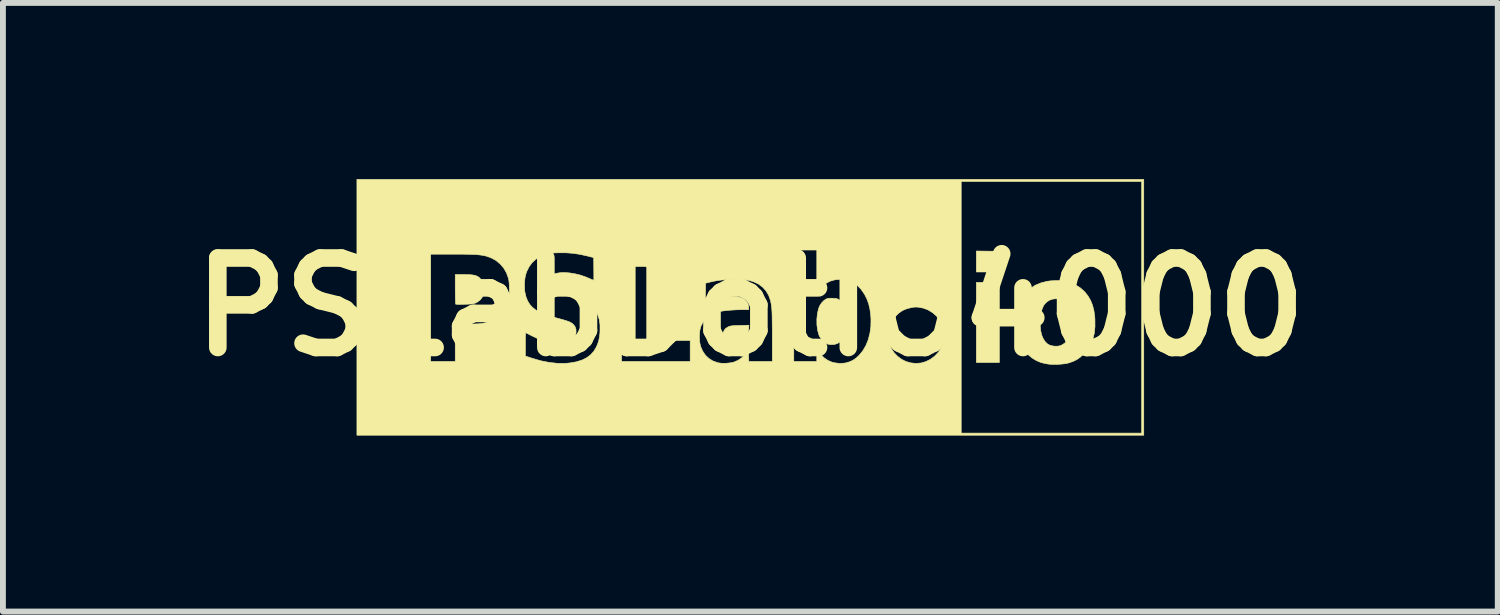
<source format=kicad_pcb>
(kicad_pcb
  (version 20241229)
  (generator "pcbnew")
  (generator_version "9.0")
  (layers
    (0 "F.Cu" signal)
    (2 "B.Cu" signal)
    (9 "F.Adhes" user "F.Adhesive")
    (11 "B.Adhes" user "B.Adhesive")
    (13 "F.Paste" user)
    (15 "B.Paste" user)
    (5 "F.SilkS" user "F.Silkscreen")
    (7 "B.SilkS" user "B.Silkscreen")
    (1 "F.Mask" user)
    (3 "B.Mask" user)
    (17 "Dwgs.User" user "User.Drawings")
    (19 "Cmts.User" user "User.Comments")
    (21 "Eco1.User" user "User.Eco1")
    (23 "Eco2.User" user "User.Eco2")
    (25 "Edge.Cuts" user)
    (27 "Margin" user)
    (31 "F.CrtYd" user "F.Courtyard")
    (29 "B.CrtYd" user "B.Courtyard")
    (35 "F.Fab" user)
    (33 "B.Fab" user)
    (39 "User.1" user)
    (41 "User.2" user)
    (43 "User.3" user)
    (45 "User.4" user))
  (footprint "PSLabDotIO4000"
    (layer "F.Cu")
    (at 9.732 2.18)
    (property "Reference" "PSLabDotIO4000" (at 0 0 0) (layer "F.SilkS") (effects (font (size 1.524 1.524) (thickness 0.3))))
    (attr through_hole)
    (fp_poly (pts (xy 4.242 0.945) (xy 3.85 0.945) (xy 3.85 -0.419) (xy 4.242 -0.419) (xy 4.242 0.945)) (stroke (width 0.01) (type solid)) (fill yes) (layer "F.SilkS"))
    (fp_poly (pts (xy 4.238 -0.949) (xy 4.24 -0.773) (xy 4.243 -0.597) (xy 3.85 -0.597) (xy 3.85 -0.954) (xy 4.238 -0.949)) (stroke (width 0.01) (type solid)) (fill yes) (layer "F.SilkS"))
    (fp_poly (pts (xy -0.029 0.385) (xy -0.041 0.462) (xy -0.066 0.529) (xy -0.105 0.585) (xy -0.156 0.629) (xy -0.181 0.643) (xy -0.217 0.656) (xy -0.261 0.664) (xy -0.306 0.666) (xy -0.346 0.662) (xy -0.361 0.658) (xy -0.41 0.632) (xy -0.444 0.596) (xy -0.455 0.576) (xy -0.469 0.53) (xy -0.471 0.48) (xy -0.462 0.433) (xy -0.443 0.392) (xy -0.416 0.361) (xy -0.413 0.36) (xy -0.39 0.345) (xy -0.369 0.334) (xy -0.346 0.326) (xy -0.317 0.321) (xy -0.281 0.317) (xy -0.232 0.315) (xy -0.179 0.314) (xy -0.024 0.31) (xy -0.029 0.385)) (stroke (width 0.01) (type solid)) (fill yes) (layer "F.SilkS"))
    (fp_poly (pts (xy -4.81 -0.552) (xy -4.754 -0.549) (xy -4.71 -0.543) (xy -4.675 -0.534) (xy -4.646 -0.521) (xy -4.621 -0.504) (xy -4.615 -0.5) (xy -4.581 -0.46) (xy -4.555 -0.408) (xy -4.541 -0.348) (xy -4.538 -0.283) (xy -4.545 -0.229) (xy -4.565 -0.17) (xy -4.6 -0.122) (xy -4.649 -0.085) (xy -4.663 -0.077) (xy -4.683 -0.068) (xy -4.701 -0.061) (xy -4.721 -0.056) (xy -4.745 -0.052) (xy -4.779 -0.05) (xy -4.824 -0.048) (xy -4.864 -0.047) (xy -4.914 -0.046) (xy -4.957 -0.046) (xy -4.992 -0.046) (xy -5.013 -0.048) (xy -5.02 -0.049) (xy -5.022 -0.06) (xy -5.023 -0.086) (xy -5.024 -0.125) (xy -5.026 -0.175) (xy -5.026 -0.233) (xy -5.027 -0.297) (xy -5.027 -0.305) (xy -5.027 -0.553) (xy -4.881 -0.553) (xy -4.81 -0.552)) (stroke (width 0.01) (type solid)) (fill yes) (layer "F.SilkS"))
    (fp_poly (pts (xy 1.396 -0.15) (xy 1.4 -0.149) (xy 1.44 -0.147) (xy 1.468 -0.144) (xy 1.489 -0.136) (xy 1.51 -0.125) (xy 1.514 -0.122) (xy 1.559 -0.081) (xy 1.595 -0.026) (xy 1.622 0.044) (xy 1.639 0.129) (xy 1.646 0.205) (xy 1.645 0.309) (xy 1.634 0.4) (xy 1.612 0.476) (xy 1.579 0.539) (xy 1.541 0.583) (xy 1.489 0.619) (xy 1.431 0.638) (xy 1.367 0.64) (xy 1.315 0.631) (xy 1.28 0.614) (xy 1.243 0.585) (xy 1.208 0.547) (xy 1.181 0.505) (xy 1.169 0.479) (xy 1.146 0.396) (xy 1.134 0.303) (xy 1.133 0.206) (xy 1.143 0.11) (xy 1.164 0.021) (xy 1.186 -0.029) (xy 1.218 -0.075) (xy 1.256 -0.113) (xy 1.283 -0.131) (xy 1.306 -0.142) (xy 1.329 -0.148) (xy 1.357 -0.15) (xy 1.396 -0.15)) (stroke (width 0.01) (type solid)) (fill yes) (layer "F.SilkS"))
    (fp_poly (pts (xy 5.342 -0.441) (xy 5.444 -0.416) (xy 5.538 -0.378) (xy 5.621 -0.326) (xy 5.694 -0.261) (xy 5.752 -0.188) (xy 5.797 -0.111) (xy 5.83 -0.028) (xy 5.853 0.062) (xy 5.867 0.164) (xy 5.87 0.211) (xy 5.871 0.335) (xy 5.859 0.448) (xy 5.834 0.549) (xy 5.796 0.641) (xy 5.745 0.725) (xy 5.679 0.8) (xy 5.678 0.802) (xy 5.622 0.853) (xy 5.567 0.892) (xy 5.509 0.922) (xy 5.44 0.947) (xy 5.418 0.954) (xy 5.368 0.965) (xy 5.305 0.972) (xy 5.236 0.977) (xy 5.167 0.978) (xy 5.102 0.975) (xy 5.048 0.968) (xy 5.048 0.968) (xy 4.993 0.956) (xy 4.948 0.944) (xy 4.906 0.927) (xy 4.86 0.905) (xy 4.853 0.901) (xy 4.8 0.868) (xy 4.745 0.823) (xy 4.693 0.771) (xy 4.649 0.717) (xy 4.623 0.677) (xy 4.583 0.587) (xy 4.553 0.486) (xy 4.535 0.378) (xy 4.529 0.265) (xy 4.53 0.254) (xy 4.937 0.254) (xy 4.939 0.334) (xy 4.947 0.409) (xy 4.963 0.477) (xy 4.983 0.527) (xy 5.017 0.584) (xy 5.057 0.625) (xy 5.104 0.652) (xy 5.161 0.665) (xy 5.205 0.668) (xy 5.247 0.666) (xy 5.282 0.658) (xy 5.31 0.645) (xy 5.359 0.613) (xy 5.398 0.569) (xy 5.428 0.513) (xy 5.449 0.443) (xy 5.461 0.36) (xy 5.464 0.272) (xy 5.461 0.178) (xy 5.451 0.098) (xy 5.432 0.031) (xy 5.406 -0.024) (xy 5.371 -0.07) (xy 5.324 -0.108) (xy 5.27 -0.132) (xy 5.213 -0.141) (xy 5.155 -0.136) (xy 5.099 -0.118) (xy 5.049 -0.086) (xy 5.007 -0.042) (xy 4.995 -0.023) (xy 4.971 0.031) (xy 4.953 0.099) (xy 4.942 0.174) (xy 4.937 0.254) (xy 4.53 0.254) (xy 4.535 0.153) (xy 4.553 0.043) (xy 4.558 0.024) (xy 4.592 -0.08) (xy 4.64 -0.172) (xy 4.699 -0.252) (xy 4.771 -0.318) (xy 4.854 -0.371) (xy 4.95 -0.411) (xy 5.056 -0.438) (xy 5.118 -0.446) (xy 5.233 -0.451) (xy 5.342 -0.441)) (stroke (width 0.01) (type solid)) (fill yes) (layer "F.SilkS"))
    (fp_poly (pts (xy 6.702 2.184) (xy -6.702 2.184) (xy -6.702 0.927) (xy -5.445 0.927) (xy -5.027 0.927) (xy -5.027 0.296) (xy -4.806 0.292) (xy -4.733 0.29) (xy -4.676 0.288) (xy -4.63 0.286) (xy -4.594 0.283) (xy -4.564 0.279) (xy -4.538 0.274) (xy -4.516 0.269) (xy -4.418 0.234) (xy -4.333 0.187) (xy -4.259 0.127) (xy -4.199 0.056) (xy -4.152 -0.027) (xy -4.12 -0.116) (xy -4.112 -0.16) (xy -4.106 -0.217) (xy -4.104 -0.281) (xy -4.105 -0.333) (xy -3.848 -0.333) (xy -3.842 -0.263) (xy -3.838 -0.243) (xy -3.82 -0.168) (xy -3.793 -0.102) (xy -3.757 -0.044) (xy -3.71 0.007) (xy -3.652 0.052) (xy -3.581 0.092) (xy -3.495 0.129) (xy -3.394 0.162) (xy -3.304 0.186) (xy -3.229 0.206) (xy -3.169 0.223) (xy -3.121 0.238) (xy -3.084 0.252) (xy -3.056 0.265) (xy -3.034 0.28) (xy -3.016 0.296) (xy -3.008 0.304) (xy -2.983 0.34) (xy -2.97 0.381) (xy -2.969 0.432) (xy -2.97 0.446) (xy -2.983 0.498) (xy -3.011 0.541) (xy -3.054 0.575) (xy -3.071 0.585) (xy -3.096 0.596) (xy -3.12 0.603) (xy -3.146 0.608) (xy -3.182 0.611) (xy -3.226 0.613) (xy -3.33 0.611) (xy -3.433 0.597) (xy -3.537 0.569) (xy -3.644 0.528) (xy -3.73 0.487) (xy -3.766 0.468) (xy -3.797 0.453) (xy -3.818 0.442) (xy -3.826 0.438) (xy -3.828 0.446) (xy -3.829 0.469) (xy -3.831 0.505) (xy -3.832 0.551) (xy -3.832 0.605) (xy -3.832 0.635) (xy -3.832 0.835) (xy -3.723 0.871) (xy -3.57 0.916) (xy -3.421 0.945) (xy -3.277 0.96) (xy -3.139 0.959) (xy -3.075 0.953) (xy -2.965 0.934) (xy -2.942 0.927) (xy -2.193 0.927) (xy -1.025 0.927) (xy -1.025 0.57) (xy -1.765 0.57) (xy -1.765 0.535) (xy -0.867 0.535) (xy -0.862 0.601) (xy -0.851 0.658) (xy -0.848 0.67) (xy -0.813 0.75) (xy -0.766 0.819) (xy -0.707 0.876) (xy -0.638 0.919) (xy -0.559 0.947) (xy -0.55 0.95) (xy -0.492 0.958) (xy -0.425 0.959) (xy -0.357 0.953) (xy -0.293 0.942) (xy -0.275 0.936) (xy -0.21 0.908) (xy -0.147 0.865) (xy -0.091 0.812) (xy -0.07 0.787) (xy -0.031 0.737) (xy -0.029 0.832) (xy -0.026 0.927) (xy 0.374 0.927) (xy 0.374 0.51) (xy 0.374 0.397) (xy 0.373 0.3) (xy 0.372 0.217) (xy 0.371 0.146) (xy 0.369 0.087) (xy 0.366 0.037) (xy 0.362 -0.005) (xy 0.357 -0.042) (xy 0.351 -0.074) (xy 0.345 -0.104) (xy 0.343 -0.111) (xy 0.312 -0.199) (xy 0.267 -0.275) (xy 0.209 -0.339) (xy 0.139 -0.391) (xy 0.056 -0.43) (xy -0.016 -0.452) (xy -0.044 -0.457) (xy -0.074 -0.462) (xy -0.11 -0.465) (xy -0.154 -0.467) (xy -0.21 -0.467) (xy -0.276 -0.468) (xy -0.362 -0.467) (xy -0.434 -0.464) (xy -0.498 -0.459) (xy -0.558 -0.451) (xy -0.619 -0.44) (xy -0.686 -0.425) (xy -0.703 -0.42) (xy -0.762 -0.406) (xy -0.764 -0.238) (xy -0.765 -0.186) (xy -0.765 -0.14) (xy -0.765 -0.104) (xy -0.764 -0.08) (xy -0.763 -0.071) (xy -0.763 -0.071) (xy -0.753 -0.075) (xy -0.734 -0.086) (xy -0.729 -0.089) (xy -0.654 -0.124) (xy -0.566 -0.152) (xy -0.469 -0.17) (xy -0.364 -0.178) (xy -0.331 -0.179) (xy -0.26 -0.177) (xy -0.204 -0.171) (xy -0.158 -0.161) (xy -0.119 -0.145) (xy -0.097 -0.131) (xy -0.067 -0.102) (xy -0.043 -0.062) (xy -0.029 -0.017) (xy -0.027 0.006) (xy -0.027 0.045) (xy -0.123 0.045) (xy -0.202 0.046) (xy -0.282 0.05) (xy -0.36 0.055) (xy -0.43 0.062) (xy -0.49 0.071) (xy -0.537 0.08) (xy -0.538 0.08) (xy -0.626 0.11) (xy -0.699 0.148) (xy -0.759 0.196) (xy -0.805 0.255) (xy -0.84 0.325) (xy -0.849 0.35) (xy -0.861 0.403) (xy -0.867 0.467) (xy -0.867 0.535) (xy -1.765 0.535) (xy -1.765 -0.9) (xy -1.976 -0.898) (xy -2.188 -0.896) (xy -2.19 0.016) (xy -2.193 0.927) (xy -2.942 0.927) (xy -2.87 0.905) (xy -2.789 0.865) (xy -2.722 0.815) (xy -2.666 0.753) (xy -2.626 0.686) (xy -2.6 0.627) (xy -2.582 0.57) (xy -2.57 0.51) (xy -2.562 0.441) (xy -2.561 0.41) (xy -2.561 0.303) (xy -2.575 0.208) (xy -2.603 0.125) (xy -2.644 0.052) (xy -2.7 -0.011) (xy -2.771 -0.065) (xy -2.857 -0.111) (xy -2.937 -0.141) (xy -2.963 -0.149) (xy -3.003 -0.16) (xy -3.052 -0.172) (xy -3.106 -0.185) (xy -3.148 -0.195) (xy -3.219 -0.212) (xy -3.274 -0.226) (xy -3.318 -0.238) (xy -3.351 -0.25) (xy -3.378 -0.262) (xy -3.399 -0.274) (xy -3.41 -0.282) (xy -3.44 -0.314) (xy -3.458 -0.356) (xy -3.464 -0.403) (xy -3.458 -0.451) (xy -3.44 -0.495) (xy -3.408 -0.53) (xy -3.363 -0.556) (xy -3.306 -0.574) (xy -3.238 -0.585) (xy -3.162 -0.587) (xy -3.08 -0.581) (xy -2.993 -0.567) (xy -2.904 -0.546) (xy -2.814 -0.516) (xy -2.739 -0.485) (xy -2.708 -0.471) (xy -2.683 -0.461) (xy -2.669 -0.455) (xy -2.668 -0.455) (xy -2.667 -0.463) (xy -2.666 -0.487) (xy -2.666 -0.523) (xy -2.666 -0.57) (xy -2.667 -0.624) (xy -2.667 -0.648) (xy -2.669 -0.842) (xy -2.767 -0.867) (xy -2.897 -0.896) (xy -3.02 -0.915) (xy -3.142 -0.924) (xy -3.257 -0.924) (xy -3.33 -0.922) (xy -3.388 -0.917) (xy -3.437 -0.91) (xy -3.48 -0.9) (xy -3.522 -0.886) (xy -3.566 -0.866) (xy -3.58 -0.859) (xy -3.654 -0.814) (xy -3.718 -0.755) (xy -3.77 -0.684) (xy -3.81 -0.603) (xy -3.828 -0.548) (xy -3.841 -0.483) (xy -3.847 -0.409) (xy -3.848 -0.333) (xy -4.105 -0.333) (xy -4.105 -0.346) (xy -4.108 -0.408) (xy -4.115 -0.461) (xy -4.121 -0.49) (xy -4.155 -0.584) (xy -4.203 -0.666) (xy -4.265 -0.737) (xy -4.338 -0.796) (xy -4.423 -0.841) (xy -4.505 -0.869) (xy -4.537 -0.876) (xy -4.571 -0.882) (xy -4.609 -0.887) (xy -4.653 -0.892) (xy -4.704 -0.895) (xy -4.766 -0.897) (xy -4.838 -0.899) (xy -4.924 -0.9) (xy -5.026 -0.9) (xy -5.078 -0.9) (xy -5.445 -0.9) (xy -5.445 0.927) (xy -6.702 0.927) (xy -6.702 -0.971) (xy 0.74 -0.971) (xy 0.74 0.927) (xy 1.132 0.927) (xy 1.132 0.738) (xy 1.198 0.809) (xy 1.259 0.867) (xy 1.321 0.909) (xy 1.385 0.937) (xy 1.428 0.949) (xy 1.518 0.961) (xy 1.603 0.956) (xy 1.638 0.949) (xy 1.7 0.93) (xy 1.754 0.903) (xy 1.806 0.866) (xy 1.854 0.821) (xy 1.917 0.744) (xy 1.969 0.655) (xy 2.009 0.556) (xy 2.031 0.471) (xy 2.344 0.471) (xy 2.35 0.557) (xy 2.371 0.638) (xy 2.406 0.714) (xy 2.452 0.782) (xy 2.51 0.841) (xy 2.576 0.89) (xy 2.65 0.928) (xy 2.731 0.951) (xy 2.816 0.961) (xy 2.905 0.954) (xy 2.91 0.953) (xy 2.99 0.93) (xy 3.067 0.891) (xy 3.138 0.839) (xy 3.198 0.776) (xy 3.228 0.736) (xy 3.268 0.659) (xy 3.292 0.575) (xy 3.301 0.489) (xy 3.295 0.402) (xy 3.273 0.318) (xy 3.236 0.24) (xy 3.228 0.227) (xy 3.172 0.155) (xy 3.104 0.096) (xy 3.027 0.049) (xy 2.944 0.018) (xy 2.856 0.002) (xy 2.82 0.000155) (xy 2.77 0.004) (xy 2.712 0.017) (xy 2.653 0.034) (xy 2.601 0.056) (xy 2.586 0.064) (xy 2.522 0.109) (xy 2.464 0.168) (xy 2.414 0.236) (xy 2.376 0.309) (xy 2.354 0.381) (xy 2.344 0.471) (xy 2.031 0.471) (xy 2.037 0.447) (xy 2.053 0.33) (xy 2.055 0.208) (xy 2.051 0.143) (xy 2.037 0.036) (xy 2.015 -0.057) (xy 1.984 -0.141) (xy 1.944 -0.219) (xy 1.891 -0.295) (xy 1.884 -0.304) (xy 1.822 -0.369) (xy 1.752 -0.419) (xy 1.673 -0.452) (xy 1.587 -0.47) (xy 1.533 -0.472) (xy 1.442 -0.464) (xy 1.359 -0.44) (xy 1.282 -0.4) (xy 1.212 -0.342) (xy 1.151 -0.273) (xy 1.132 -0.247) (xy 1.132 -0.971) (xy 0.74 -0.971) (xy -6.702 -0.971) (xy -6.702 -2.139) (xy 3.592 -2.139) (xy 3.592 2.148) (xy 6.666 2.148) (xy 6.666 -2.139) (xy 3.592 -2.139) (xy -6.702 -2.139) (xy -6.702 -2.175) (xy 6.702 -2.175) (xy 6.702 2.184)) (stroke (width 0.01) (type solid)) (fill yes) (layer "F.SilkS")))
  (gr_rect
    (start -3 -3)
    (end 22.464 7.368)
    (stroke (width 0.1) (type default))
    (fill no)
    (layer "Edge.Cuts")))
</source>
